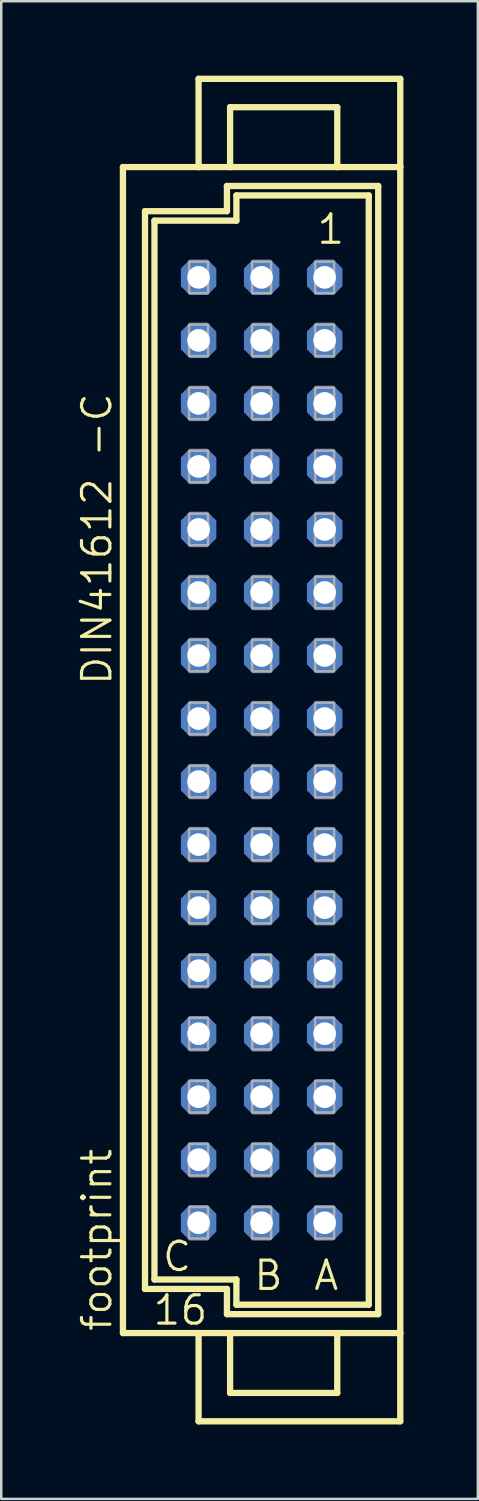
<source format=kicad_pcb>
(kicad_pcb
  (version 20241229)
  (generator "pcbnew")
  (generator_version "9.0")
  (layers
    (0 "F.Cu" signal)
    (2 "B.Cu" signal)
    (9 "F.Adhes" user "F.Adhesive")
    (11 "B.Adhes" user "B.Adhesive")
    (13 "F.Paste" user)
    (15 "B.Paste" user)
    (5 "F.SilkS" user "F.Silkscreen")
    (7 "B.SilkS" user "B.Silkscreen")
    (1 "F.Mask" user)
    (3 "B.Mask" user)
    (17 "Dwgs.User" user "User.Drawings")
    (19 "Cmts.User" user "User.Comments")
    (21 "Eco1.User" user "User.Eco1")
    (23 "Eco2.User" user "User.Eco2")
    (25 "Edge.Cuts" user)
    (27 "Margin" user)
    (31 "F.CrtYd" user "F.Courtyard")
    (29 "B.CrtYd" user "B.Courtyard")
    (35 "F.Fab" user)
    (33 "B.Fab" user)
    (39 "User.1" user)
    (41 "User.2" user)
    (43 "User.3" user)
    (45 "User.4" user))
  (footprint "footprint"
    (layer "F.Cu")
    (at 7.493 27.178)
    (property "Reference" "footprint" (at -5.969 23.495 90) (layer "F.SilkS") (effects (font (size 1.143 1.143) (thickness 0.127)) (justify left bottom)))
    (fp_line (start -5.588 -23.495) (end -2.54 -23.495) (stroke (width 0.254) (type solid)) (layer "F.SilkS"))
    (fp_line (start -5.588 23.495) (end -5.588 -23.495) (stroke (width 0.254) (type solid)) (layer "F.SilkS"))
    (fp_line (start -5.588 23.495) (end -2.54 23.495) (stroke (width 0.254) (type solid)) (layer "F.SilkS"))
    (fp_line (start -4.699 -21.717) (end -4.699 21.717) (stroke (width 0.254) (type solid)) (layer "F.SilkS"))
    (fp_line (start -4.699 21.717) (end -1.397 21.717) (stroke (width 0.254) (type solid)) (layer "F.SilkS"))
    (fp_line (start -4.318 -21.336) (end -4.318 21.336) (stroke (width 0.254) (type solid)) (layer "F.SilkS"))
    (fp_line (start -4.318 -21.336) (end -1.016 -21.336) (stroke (width 0.254) (type solid)) (layer "F.SilkS"))
    (fp_line (start -4.318 21.336) (end -1.016 21.336) (stroke (width 0.254) (type solid)) (layer "F.SilkS"))
    (fp_line (start -2.54 -27.051) (end -2.54 -23.495) (stroke (width 0.254) (type solid)) (layer "F.SilkS"))
    (fp_line (start -2.54 -23.495) (end -1.27 -23.495) (stroke (width 0.254) (type solid)) (layer "F.SilkS"))
    (fp_line (start -2.54 23.495) (end -2.54 27.051) (stroke (width 0.254) (type solid)) (layer "F.SilkS"))
    (fp_line (start -2.54 23.495) (end -1.27 23.495) (stroke (width 0.254) (type solid)) (layer "F.SilkS"))
    (fp_line (start -2.54 27.051) (end 5.588 27.051) (stroke (width 0.254) (type solid)) (layer "F.SilkS"))
    (fp_line (start -1.397 -22.733) (end -1.397 -21.717) (stroke (width 0.254) (type solid)) (layer "F.SilkS"))
    (fp_line (start -1.397 -21.717) (end -4.699 -21.717) (stroke (width 0.254) (type solid)) (layer "F.SilkS"))
    (fp_line (start -1.397 21.717) (end -1.397 22.733) (stroke (width 0.254) (type solid)) (layer "F.SilkS"))
    (fp_line (start -1.397 22.733) (end 4.699 22.733) (stroke (width 0.254) (type solid)) (layer "F.SilkS"))
    (fp_line (start -1.27 -25.908) (end -1.27 -23.495) (stroke (width 0.254) (type solid)) (layer "F.SilkS"))
    (fp_line (start -1.27 -25.908) (end 3.048 -25.908) (stroke (width 0.254) (type solid)) (layer "F.SilkS"))
    (fp_line (start -1.27 -23.495) (end 3.048 -23.495) (stroke (width 0.254) (type solid)) (layer "F.SilkS"))
    (fp_line (start -1.27 23.495) (end -1.27 25.908) (stroke (width 0.254) (type solid)) (layer "F.SilkS"))
    (fp_line (start -1.27 23.495) (end 3.048 23.495) (stroke (width 0.254) (type solid)) (layer "F.SilkS"))
    (fp_line (start -1.27 25.908) (end 3.048 25.908) (stroke (width 0.254) (type solid)) (layer "F.SilkS"))
    (fp_line (start -1.016 -22.352) (end 4.318 -22.352) (stroke (width 0.254) (type solid)) (layer "F.SilkS"))
    (fp_line (start -1.016 -21.336) (end -1.016 -22.352) (stroke (width 0.254) (type solid)) (layer "F.SilkS"))
    (fp_line (start -1.016 21.336) (end -1.016 22.352) (stroke (width 0.254) (type solid)) (layer "F.SilkS"))
    (fp_line (start -1.016 22.352) (end 4.318 22.352) (stroke (width 0.254) (type solid)) (layer "F.SilkS"))
    (fp_line (start 3.048 -25.908) (end 3.048 -23.495) (stroke (width 0.254) (type solid)) (layer "F.SilkS"))
    (fp_line (start 3.048 -23.495) (end 5.588 -23.495) (stroke (width 0.254) (type solid)) (layer "F.SilkS"))
    (fp_line (start 3.048 23.495) (end 3.048 25.908) (stroke (width 0.254) (type solid)) (layer "F.SilkS"))
    (fp_line (start 3.048 23.495) (end 5.588 23.495) (stroke (width 0.254) (type solid)) (layer "F.SilkS"))
    (fp_line (start 4.318 -22.352) (end 4.318 22.352) (stroke (width 0.254) (type solid)) (layer "F.SilkS"))
    (fp_line (start 4.699 -22.733) (end -1.397 -22.733) (stroke (width 0.254) (type solid)) (layer "F.SilkS"))
    (fp_line (start 4.699 22.733) (end 4.699 -22.733) (stroke (width 0.254) (type solid)) (layer "F.SilkS"))
    (fp_line (start 5.588 -27.051) (end -2.54 -27.051) (stroke (width 0.254) (type solid)) (layer "F.SilkS"))
    (fp_line (start 5.588 -23.495) (end 5.588 -27.051) (stroke (width 0.254) (type solid)) (layer "F.SilkS"))
    (fp_line (start 5.588 23.495) (end 5.588 -23.495) (stroke (width 0.254) (type solid)) (layer "F.SilkS"))
    (fp_line (start 5.588 27.051) (end 5.588 23.495) (stroke (width 0.254) (type solid)) (layer "F.SilkS"))
    (fp_poly (pts (xy -2.921 -18.415) (xy -2.159 -18.415) (xy -2.159 -19.685) (xy -2.921 -19.685)) (stroke (width 0.1) (type solid)) (fill no) (layer "F.Fab"))
    (fp_poly (pts (xy -2.921 -15.875) (xy -2.159 -15.875) (xy -2.159 -17.145) (xy -2.921 -17.145)) (stroke (width 0.1) (type solid)) (fill no) (layer "F.Fab"))
    (fp_poly (pts (xy -2.921 -13.335) (xy -2.159 -13.335) (xy -2.159 -14.605) (xy -2.921 -14.605)) (stroke (width 0.1) (type solid)) (fill no) (layer "F.Fab"))
    (fp_poly (pts (xy -2.921 -10.795) (xy -2.159 -10.795) (xy -2.159 -12.065) (xy -2.921 -12.065)) (stroke (width 0.1) (type solid)) (fill no) (layer "F.Fab"))
    (fp_poly (pts (xy -2.921 -8.255) (xy -2.159 -8.255) (xy -2.159 -9.525) (xy -2.921 -9.525)) (stroke (width 0.1) (type solid)) (fill no) (layer "F.Fab"))
    (fp_poly (pts (xy -2.921 -5.715) (xy -2.159 -5.715) (xy -2.159 -6.985) (xy -2.921 -6.985)) (stroke (width 0.1) (type solid)) (fill no) (layer "F.Fab"))
    (fp_poly (pts (xy -2.921 -3.175) (xy -2.159 -3.175) (xy -2.159 -4.445) (xy -2.921 -4.445)) (stroke (width 0.1) (type solid)) (fill no) (layer "F.Fab"))
    (fp_poly (pts (xy -2.921 -0.635) (xy -2.159 -0.635) (xy -2.159 -1.905) (xy -2.921 -1.905)) (stroke (width 0.1) (type solid)) (fill no) (layer "F.Fab"))
    (fp_poly (pts (xy -2.921 1.905) (xy -2.159 1.905) (xy -2.159 0.635) (xy -2.921 0.635)) (stroke (width 0.1) (type solid)) (fill no) (layer "F.Fab"))
    (fp_poly (pts (xy -2.921 4.445) (xy -2.159 4.445) (xy -2.159 3.175) (xy -2.921 3.175)) (stroke (width 0.1) (type solid)) (fill no) (layer "F.Fab"))
    (fp_poly (pts (xy -2.921 6.985) (xy -2.159 6.985) (xy -2.159 5.715) (xy -2.921 5.715)) (stroke (width 0.1) (type solid)) (fill no) (layer "F.Fab"))
    (fp_poly (pts (xy -2.921 9.525) (xy -2.159 9.525) (xy -2.159 8.255) (xy -2.921 8.255)) (stroke (width 0.1) (type solid)) (fill no) (layer "F.Fab"))
    (fp_poly (pts (xy -2.921 12.065) (xy -2.159 12.065) (xy -2.159 10.795) (xy -2.921 10.795)) (stroke (width 0.1) (type solid)) (fill no) (layer "F.Fab"))
    (fp_poly (pts (xy -2.921 14.605) (xy -2.159 14.605) (xy -2.159 13.335) (xy -2.921 13.335)) (stroke (width 0.1) (type solid)) (fill no) (layer "F.Fab"))
    (fp_poly (pts (xy -2.921 17.145) (xy -2.159 17.145) (xy -2.159 15.875) (xy -2.921 15.875)) (stroke (width 0.1) (type solid)) (fill no) (layer "F.Fab"))
    (fp_poly (pts (xy -2.921 19.685) (xy -2.159 19.685) (xy -2.159 18.415) (xy -2.921 18.415)) (stroke (width 0.1) (type solid)) (fill no) (layer "F.Fab"))
    (fp_poly (pts (xy -0.381 -18.415) (xy 0.381 -18.415) (xy 0.381 -19.685) (xy -0.381 -19.685)) (stroke (width 0.1) (type solid)) (fill no) (layer "F.Fab"))
    (fp_poly (pts (xy -0.381 -15.875) (xy 0.381 -15.875) (xy 0.381 -17.145) (xy -0.381 -17.145)) (stroke (width 0.1) (type solid)) (fill no) (layer "F.Fab"))
    (fp_poly (pts (xy -0.381 -13.335) (xy 0.381 -13.335) (xy 0.381 -14.605) (xy -0.381 -14.605)) (stroke (width 0.1) (type solid)) (fill no) (layer "F.Fab"))
    (fp_poly (pts (xy -0.381 -10.795) (xy 0.381 -10.795) (xy 0.381 -12.065) (xy -0.381 -12.065)) (stroke (width 0.1) (type solid)) (fill no) (layer "F.Fab"))
    (fp_poly (pts (xy -0.381 -8.255) (xy 0.381 -8.255) (xy 0.381 -9.525) (xy -0.381 -9.525)) (stroke (width 0.1) (type solid)) (fill no) (layer "F.Fab"))
    (fp_poly (pts (xy -0.381 -5.715) (xy 0.381 -5.715) (xy 0.381 -6.985) (xy -0.381 -6.985)) (stroke (width 0.1) (type solid)) (fill no) (layer "F.Fab"))
    (fp_poly (pts (xy -0.381 -3.175) (xy 0.381 -3.175) (xy 0.381 -4.445) (xy -0.381 -4.445)) (stroke (width 0.1) (type solid)) (fill no) (layer "F.Fab"))
    (fp_poly (pts (xy -0.381 -0.635) (xy 0.381 -0.635) (xy 0.381 -1.905) (xy -0.381 -1.905)) (stroke (width 0.1) (type solid)) (fill no) (layer "F.Fab"))
    (fp_poly (pts (xy -0.381 1.905) (xy 0.381 1.905) (xy 0.381 0.635) (xy -0.381 0.635)) (stroke (width 0.1) (type solid)) (fill no) (layer "F.Fab"))
    (fp_poly (pts (xy -0.381 4.445) (xy 0.381 4.445) (xy 0.381 3.175) (xy -0.381 3.175)) (stroke (width 0.1) (type solid)) (fill no) (layer "F.Fab"))
    (fp_poly (pts (xy -0.381 6.985) (xy 0.381 6.985) (xy 0.381 5.715) (xy -0.381 5.715)) (stroke (width 0.1) (type solid)) (fill no) (layer "F.Fab"))
    (fp_poly (pts (xy -0.381 9.525) (xy 0.381 9.525) (xy 0.381 8.255) (xy -0.381 8.255)) (stroke (width 0.1) (type solid)) (fill no) (layer "F.Fab"))
    (fp_poly (pts (xy -0.381 12.065) (xy 0.381 12.065) (xy 0.381 10.795) (xy -0.381 10.795)) (stroke (width 0.1) (type solid)) (fill no) (layer "F.Fab"))
    (fp_poly (pts (xy -0.381 14.605) (xy 0.381 14.605) (xy 0.381 13.335) (xy -0.381 13.335)) (stroke (width 0.1) (type solid)) (fill no) (layer "F.Fab"))
    (fp_poly (pts (xy -0.381 17.145) (xy 0.381 17.145) (xy 0.381 15.875) (xy -0.381 15.875)) (stroke (width 0.1) (type solid)) (fill no) (layer "F.Fab"))
    (fp_poly (pts (xy -0.381 19.685) (xy 0.381 19.685) (xy 0.381 18.415) (xy -0.381 18.415)) (stroke (width 0.1) (type solid)) (fill no) (layer "F.Fab"))
    (fp_poly (pts (xy 2.159 -18.415) (xy 2.921 -18.415) (xy 2.921 -19.685) (xy 2.159 -19.685)) (stroke (width 0.1) (type solid)) (fill no) (layer "F.Fab"))
    (fp_poly (pts (xy 2.159 -15.875) (xy 2.921 -15.875) (xy 2.921 -17.145) (xy 2.159 -17.145)) (stroke (width 0.1) (type solid)) (fill no) (layer "F.Fab"))
    (fp_poly (pts (xy 2.159 -13.335) (xy 2.921 -13.335) (xy 2.921 -14.605) (xy 2.159 -14.605)) (stroke (width 0.1) (type solid)) (fill no) (layer "F.Fab"))
    (fp_poly (pts (xy 2.159 -10.795) (xy 2.921 -10.795) (xy 2.921 -12.065) (xy 2.159 -12.065)) (stroke (width 0.1) (type solid)) (fill no) (layer "F.Fab"))
    (fp_poly (pts (xy 2.159 -8.255) (xy 2.921 -8.255) (xy 2.921 -9.525) (xy 2.159 -9.525)) (stroke (width 0.1) (type solid)) (fill no) (layer "F.Fab"))
    (fp_poly (pts (xy 2.159 -5.715) (xy 2.921 -5.715) (xy 2.921 -6.985) (xy 2.159 -6.985)) (stroke (width 0.1) (type solid)) (fill no) (layer "F.Fab"))
    (fp_poly (pts (xy 2.159 -3.175) (xy 2.921 -3.175) (xy 2.921 -4.445) (xy 2.159 -4.445)) (stroke (width 0.1) (type solid)) (fill no) (layer "F.Fab"))
    (fp_poly (pts (xy 2.159 -0.635) (xy 2.921 -0.635) (xy 2.921 -1.905) (xy 2.159 -1.905)) (stroke (width 0.1) (type solid)) (fill no) (layer "F.Fab"))
    (fp_poly (pts (xy 2.159 1.905) (xy 2.921 1.905) (xy 2.921 0.635) (xy 2.159 0.635)) (stroke (width 0.1) (type solid)) (fill no) (layer "F.Fab"))
    (fp_poly (pts (xy 2.159 4.445) (xy 2.921 4.445) (xy 2.921 3.175) (xy 2.159 3.175)) (stroke (width 0.1) (type solid)) (fill no) (layer "F.Fab"))
    (fp_poly (pts (xy 2.159 6.985) (xy 2.921 6.985) (xy 2.921 5.715) (xy 2.159 5.715)) (stroke (width 0.1) (type solid)) (fill no) (layer "F.Fab"))
    (fp_poly (pts (xy 2.159 9.525) (xy 2.921 9.525) (xy 2.921 8.255) (xy 2.159 8.255)) (stroke (width 0.1) (type solid)) (fill no) (layer "F.Fab"))
    (fp_poly (pts (xy 2.159 12.065) (xy 2.921 12.065) (xy 2.921 10.795) (xy 2.159 10.795)) (stroke (width 0.1) (type solid)) (fill no) (layer "F.Fab"))
    (fp_poly (pts (xy 2.159 14.605) (xy 2.921 14.605) (xy 2.921 13.335) (xy 2.159 13.335)) (stroke (width 0.1) (type solid)) (fill no) (layer "F.Fab"))
    (fp_poly (pts (xy 2.159 17.145) (xy 2.921 17.145) (xy 2.921 15.875) (xy 2.159 15.875)) (stroke (width 0.1) (type solid)) (fill no) (layer "F.Fab"))
    (fp_poly (pts (xy 2.159 19.685) (xy 2.921 19.685) (xy 2.921 18.415) (xy 2.159 18.415)) (stroke (width 0.1) (type solid)) (fill no) (layer "F.Fab"))
    (fp_text user "1" (at 2.159 -20.32 0) (layer "F.SilkS") (effects (font (size 1.143 1.143) (thickness 0.127)) (justify left bottom)))
    (fp_text user "DIN41612 -C" (at -5.969 -2.54 90) (layer "F.SilkS") (effects (font (size 1.143 1.143) (thickness 0.127)) (justify left bottom)))
    (fp_text user "C" (at -4.064 21.082 0) (layer "F.SilkS") (effects (font (size 1.143 1.143) (thickness 0.127)) (justify left bottom)))
    (fp_text user "B" (at -0.381 21.844 0) (layer "F.SilkS") (effects (font (size 1.143 1.143) (thickness 0.127)) (justify left bottom)))
    (fp_text user "16" (at -4.445 23.241 0) (layer "F.SilkS") (effects (font (size 1.143 1.143) (thickness 0.127)) (justify left bottom)))
    (fp_text user "A" (at 2.032 21.844 0) (layer "F.SilkS") (effects (font (size 1.143 1.143) (thickness 0.127)) (justify left bottom)))
    (pad "A1" thru_hole roundrect (at 2.54 -19.05) (size 1.422 1.422) (drill 0.914) (layers "*.Cu" "*.Mask") (roundrect_rratio 0.25) (chamfer_ratio 0.25) (chamfer top_left top_right bottom_left bottom_right))
    (pad "A2" thru_hole roundrect (at 2.54 -16.51) (size 1.422 1.422) (drill 0.914) (layers "*.Cu" "*.Mask") (roundrect_rratio 0.25) (chamfer_ratio 0.25) (chamfer top_left top_right bottom_left bottom_right))
    (pad "A3" thru_hole roundrect (at 2.54 -13.97) (size 1.422 1.422) (drill 0.914) (layers "*.Cu" "*.Mask") (roundrect_rratio 0.25) (chamfer_ratio 0.25) (chamfer top_left top_right bottom_left bottom_right))
    (pad "A4" thru_hole roundrect (at 2.54 -11.43) (size 1.422 1.422) (drill 0.914) (layers "*.Cu" "*.Mask") (roundrect_rratio 0.25) (chamfer_ratio 0.25) (chamfer top_left top_right bottom_left bottom_right))
    (pad "A5" thru_hole roundrect (at 2.54 -8.89) (size 1.422 1.422) (drill 0.914) (layers "*.Cu" "*.Mask") (roundrect_rratio 0.25) (chamfer_ratio 0.25) (chamfer top_left top_right bottom_left bottom_right))
    (pad "A6" thru_hole roundrect (at 2.54 -6.35) (size 1.422 1.422) (drill 0.914) (layers "*.Cu" "*.Mask") (roundrect_rratio 0.25) (chamfer_ratio 0.25) (chamfer top_left top_right bottom_left bottom_right))
    (pad "A7" thru_hole roundrect (at 2.54 -3.81) (size 1.422 1.422) (drill 0.914) (layers "*.Cu" "*.Mask") (roundrect_rratio 0.25) (chamfer_ratio 0.25) (chamfer top_left top_right bottom_left bottom_right))
    (pad "A8" thru_hole roundrect (at 2.54 -1.27) (size 1.422 1.422) (drill 0.914) (layers "*.Cu" "*.Mask") (roundrect_rratio 0.25) (chamfer_ratio 0.25) (chamfer top_left top_right bottom_left bottom_right))
    (pad "A9" thru_hole roundrect (at 2.54 1.27) (size 1.422 1.422) (drill 0.914) (layers "*.Cu" "*.Mask") (roundrect_rratio 0.25) (chamfer_ratio 0.25) (chamfer top_left top_right bottom_left bottom_right))
    (pad "A10" thru_hole roundrect (at 2.54 3.81) (size 1.422 1.422) (drill 0.914) (layers "*.Cu" "*.Mask") (roundrect_rratio 0.25) (chamfer_ratio 0.25) (chamfer top_left top_right bottom_left bottom_right))
    (pad "A11" thru_hole roundrect (at 2.54 6.35) (size 1.422 1.422) (drill 0.914) (layers "*.Cu" "*.Mask") (roundrect_rratio 0.25) (chamfer_ratio 0.25) (chamfer top_left top_right bottom_left bottom_right))
    (pad "A12" thru_hole roundrect (at 2.54 8.89) (size 1.422 1.422) (drill 0.914) (layers "*.Cu" "*.Mask") (roundrect_rratio 0.25) (chamfer_ratio 0.25) (chamfer top_left top_right bottom_left bottom_right))
    (pad "A13" thru_hole roundrect (at 2.54 11.43) (size 1.422 1.422) (drill 0.914) (layers "*.Cu" "*.Mask") (roundrect_rratio 0.25) (chamfer_ratio 0.25) (chamfer top_left top_right bottom_left bottom_right))
    (pad "A14" thru_hole roundrect (at 2.54 13.97) (size 1.422 1.422) (drill 0.914) (layers "*.Cu" "*.Mask") (roundrect_rratio 0.25) (chamfer_ratio 0.25) (chamfer top_left top_right bottom_left bottom_right))
    (pad "A15" thru_hole roundrect (at 2.54 16.51) (size 1.422 1.422) (drill 0.914) (layers "*.Cu" "*.Mask") (roundrect_rratio 0.25) (chamfer_ratio 0.25) (chamfer top_left top_right bottom_left bottom_right))
    (pad "A16" thru_hole roundrect (at 2.54 19.05) (size 1.422 1.422) (drill 0.914) (layers "*.Cu" "*.Mask") (roundrect_rratio 0.25) (chamfer_ratio 0.25) (chamfer top_left top_right bottom_left bottom_right))
    (pad "B1" thru_hole roundrect (at 0 -19.05) (size 1.422 1.422) (drill 0.914) (layers "*.Cu" "*.Mask") (roundrect_rratio 0.25) (chamfer_ratio 0.25) (chamfer top_left top_right bottom_left bottom_right))
    (pad "B2" thru_hole roundrect (at 0 -16.51) (size 1.422 1.422) (drill 0.914) (layers "*.Cu" "*.Mask") (roundrect_rratio 0.25) (chamfer_ratio 0.25) (chamfer top_left top_right bottom_left bottom_right))
    (pad "B3" thru_hole roundrect (at 0 -13.97) (size 1.422 1.422) (drill 0.914) (layers "*.Cu" "*.Mask") (roundrect_rratio 0.25) (chamfer_ratio 0.25) (chamfer top_left top_right bottom_left bottom_right))
    (pad "B4" thru_hole roundrect (at 0 -11.43) (size 1.422 1.422) (drill 0.914) (layers "*.Cu" "*.Mask") (roundrect_rratio 0.25) (chamfer_ratio 0.25) (chamfer top_left top_right bottom_left bottom_right))
    (pad "B5" thru_hole roundrect (at 0 -8.89) (size 1.422 1.422) (drill 0.914) (layers "*.Cu" "*.Mask") (roundrect_rratio 0.25) (chamfer_ratio 0.25) (chamfer top_left top_right bottom_left bottom_right))
    (pad "B6" thru_hole roundrect (at 0 -6.35) (size 1.422 1.422) (drill 0.914) (layers "*.Cu" "*.Mask") (roundrect_rratio 0.25) (chamfer_ratio 0.25) (chamfer top_left top_right bottom_left bottom_right))
    (pad "B7" thru_hole roundrect (at 0 -3.81) (size 1.422 1.422) (drill 0.914) (layers "*.Cu" "*.Mask") (roundrect_rratio 0.25) (chamfer_ratio 0.25) (chamfer top_left top_right bottom_left bottom_right))
    (pad "B8" thru_hole roundrect (at 0 -1.27) (size 1.422 1.422) (drill 0.914) (layers "*.Cu" "*.Mask") (roundrect_rratio 0.25) (chamfer_ratio 0.25) (chamfer top_left top_right bottom_left bottom_right))
    (pad "B9" thru_hole roundrect (at 0 1.27) (size 1.422 1.422) (drill 0.914) (layers "*.Cu" "*.Mask") (roundrect_rratio 0.25) (chamfer_ratio 0.25) (chamfer top_left top_right bottom_left bottom_right))
    (pad "B10" thru_hole roundrect (at 0 3.81) (size 1.422 1.422) (drill 0.914) (layers "*.Cu" "*.Mask") (roundrect_rratio 0.25) (chamfer_ratio 0.25) (chamfer top_left top_right bottom_left bottom_right))
    (pad "B11" thru_hole roundrect (at 0 6.35) (size 1.422 1.422) (drill 0.914) (layers "*.Cu" "*.Mask") (roundrect_rratio 0.25) (chamfer_ratio 0.25) (chamfer top_left top_right bottom_left bottom_right))
    (pad "B12" thru_hole roundrect (at 0 8.89) (size 1.422 1.422) (drill 0.914) (layers "*.Cu" "*.Mask") (roundrect_rratio 0.25) (chamfer_ratio 0.25) (chamfer top_left top_right bottom_left bottom_right))
    (pad "B13" thru_hole roundrect (at 0 11.43) (size 1.422 1.422) (drill 0.914) (layers "*.Cu" "*.Mask") (roundrect_rratio 0.25) (chamfer_ratio 0.25) (chamfer top_left top_right bottom_left bottom_right))
    (pad "B14" thru_hole roundrect (at 0 13.97) (size 1.422 1.422) (drill 0.914) (layers "*.Cu" "*.Mask") (roundrect_rratio 0.25) (chamfer_ratio 0.25) (chamfer top_left top_right bottom_left bottom_right))
    (pad "B15" thru_hole roundrect (at 0 16.51) (size 1.422 1.422) (drill 0.914) (layers "*.Cu" "*.Mask") (roundrect_rratio 0.25) (chamfer_ratio 0.25) (chamfer top_left top_right bottom_left bottom_right))
    (pad "B16" thru_hole roundrect (at 0 19.05) (size 1.422 1.422) (drill 0.914) (layers "*.Cu" "*.Mask") (roundrect_rratio 0.25) (chamfer_ratio 0.25) (chamfer top_left top_right bottom_left bottom_right))
    (pad "C1" thru_hole roundrect (at -2.54 -19.05) (size 1.422 1.422) (drill 0.914) (layers "*.Cu" "*.Mask") (roundrect_rratio 0.25) (chamfer_ratio 0.25) (chamfer top_left top_right bottom_left bottom_right))
    (pad "C2" thru_hole roundrect (at -2.54 -16.51) (size 1.422 1.422) (drill 0.914) (layers "*.Cu" "*.Mask") (roundrect_rratio 0.25) (chamfer_ratio 0.25) (chamfer top_left top_right bottom_left bottom_right))
    (pad "C3" thru_hole roundrect (at -2.54 -13.97) (size 1.422 1.422) (drill 0.914) (layers "*.Cu" "*.Mask") (roundrect_rratio 0.25) (chamfer_ratio 0.25) (chamfer top_left top_right bottom_left bottom_right))
    (pad "C4" thru_hole roundrect (at -2.54 -11.43) (size 1.422 1.422) (drill 0.914) (layers "*.Cu" "*.Mask") (roundrect_rratio 0.25) (chamfer_ratio 0.25) (chamfer top_left top_right bottom_left bottom_right))
    (pad "C5" thru_hole roundrect (at -2.54 -8.89) (size 1.422 1.422) (drill 0.914) (layers "*.Cu" "*.Mask") (roundrect_rratio 0.25) (chamfer_ratio 0.25) (chamfer top_left top_right bottom_left bottom_right))
    (pad "C6" thru_hole roundrect (at -2.54 -6.35) (size 1.422 1.422) (drill 0.914) (layers "*.Cu" "*.Mask") (roundrect_rratio 0.25) (chamfer_ratio 0.25) (chamfer top_left top_right bottom_left bottom_right))
    (pad "C7" thru_hole roundrect (at -2.54 -3.81) (size 1.422 1.422) (drill 0.914) (layers "*.Cu" "*.Mask") (roundrect_rratio 0.25) (chamfer_ratio 0.25) (chamfer top_left top_right bottom_left bottom_right))
    (pad "C8" thru_hole roundrect (at -2.54 -1.27) (size 1.422 1.422) (drill 0.914) (layers "*.Cu" "*.Mask") (roundrect_rratio 0.25) (chamfer_ratio 0.25) (chamfer top_left top_right bottom_left bottom_right))
    (pad "C9" thru_hole roundrect (at -2.54 1.27) (size 1.422 1.422) (drill 0.914) (layers "*.Cu" "*.Mask") (roundrect_rratio 0.25) (chamfer_ratio 0.25) (chamfer top_left top_right bottom_left bottom_right))
    (pad "C10" thru_hole roundrect (at -2.54 3.81) (size 1.422 1.422) (drill 0.914) (layers "*.Cu" "*.Mask") (roundrect_rratio 0.25) (chamfer_ratio 0.25) (chamfer top_left top_right bottom_left bottom_right))
    (pad "C11" thru_hole roundrect (at -2.54 6.35) (size 1.422 1.422) (drill 0.914) (layers "*.Cu" "*.Mask") (roundrect_rratio 0.25) (chamfer_ratio 0.25) (chamfer top_left top_right bottom_left bottom_right))
    (pad "C12" thru_hole roundrect (at -2.54 8.89) (size 1.422 1.422) (drill 0.914) (layers "*.Cu" "*.Mask") (roundrect_rratio 0.25) (chamfer_ratio 0.25) (chamfer top_left top_right bottom_left bottom_right))
    (pad "C13" thru_hole roundrect (at -2.54 11.43) (size 1.422 1.422) (drill 0.914) (layers "*.Cu" "*.Mask") (roundrect_rratio 0.25) (chamfer_ratio 0.25) (chamfer top_left top_right bottom_left bottom_right))
    (pad "C14" thru_hole roundrect (at -2.54 13.97) (size 1.422 1.422) (drill 0.914) (layers "*.Cu" "*.Mask") (roundrect_rratio 0.25) (chamfer_ratio 0.25) (chamfer top_left top_right bottom_left bottom_right))
    (pad "C15" thru_hole roundrect (at -2.54 16.51) (size 1.422 1.422) (drill 0.914) (layers "*.Cu" "*.Mask") (roundrect_rratio 0.25) (chamfer_ratio 0.25) (chamfer top_left top_right bottom_left bottom_right))
    (pad "C16" thru_hole roundrect (at -2.54 19.05) (size 1.422 1.422) (drill 0.914) (layers "*.Cu" "*.Mask") (roundrect_rratio 0.25) (chamfer_ratio 0.25) (chamfer top_left top_right bottom_left bottom_right)))
  (gr_rect
    (start -3 -3)
    (end 16.208 57.356)
    (stroke (width 0.1) (type default))
    (fill no)
    (layer "Edge.Cuts")))
</source>
